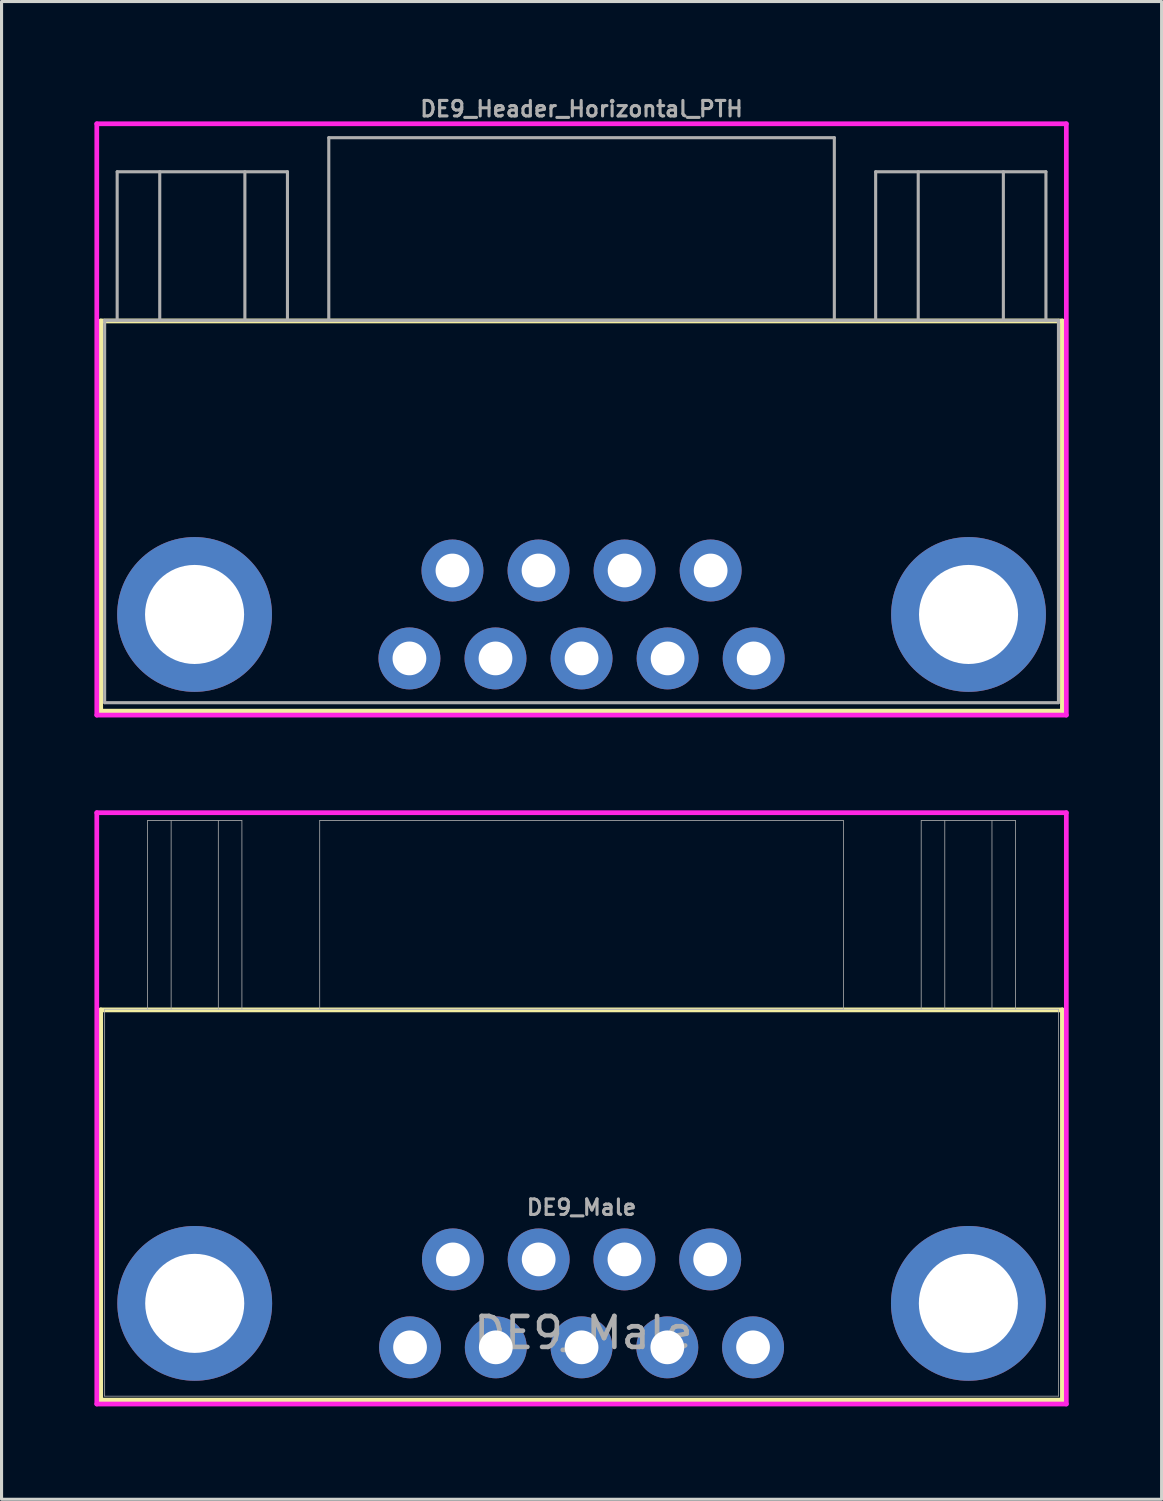
<source format=kicad_pcb>
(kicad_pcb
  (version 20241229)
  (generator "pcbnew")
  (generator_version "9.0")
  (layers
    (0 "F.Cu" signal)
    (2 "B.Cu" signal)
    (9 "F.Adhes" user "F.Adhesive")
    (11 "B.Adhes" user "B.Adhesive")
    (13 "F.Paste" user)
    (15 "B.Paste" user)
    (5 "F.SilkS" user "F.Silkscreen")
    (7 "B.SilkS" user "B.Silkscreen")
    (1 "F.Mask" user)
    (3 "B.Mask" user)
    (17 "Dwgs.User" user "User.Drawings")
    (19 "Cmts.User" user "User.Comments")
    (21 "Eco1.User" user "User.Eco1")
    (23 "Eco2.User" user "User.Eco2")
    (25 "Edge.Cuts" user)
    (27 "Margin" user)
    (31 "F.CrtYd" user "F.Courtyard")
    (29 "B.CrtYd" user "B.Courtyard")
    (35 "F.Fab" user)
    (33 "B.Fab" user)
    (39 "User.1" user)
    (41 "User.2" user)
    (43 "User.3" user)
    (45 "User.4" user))
  (footprint "DE9_Male"
    (layer "F.Cu")
    (at 15.794 40.502)
    (property "Reference" "DE9_Male" (at 0 -0.5 0) (unlocked yes) (layer "F.Fab") (effects (font (size 1 1) (thickness 0.15))))
    (attr through_hole)
    (fp_line (start -15.591 -10.931) (end -15.591 1.673) (stroke (width 0.152) (type solid)) (layer "F.SilkS"))
    (fp_line (start -15.591 1.673) (end 15.473 1.673) (stroke (width 0.152) (type solid)) (layer "F.SilkS"))
    (fp_line (start 15.473 -10.931) (end -15.591 -10.931) (stroke (width 0.152) (type solid)) (layer "F.SilkS"))
    (fp_line (start 15.473 1.673) (end 15.473 -10.931) (stroke (width 0.152) (type solid)) (layer "F.SilkS"))
    (fp_line (start -15.718 -17.301) (end -15.718 1.8) (stroke (width 0.152) (type solid)) (layer "F.CrtYd"))
    (fp_line (start -15.718 1.8) (end 15.6 1.8) (stroke (width 0.152) (type solid)) (layer "F.CrtYd"))
    (fp_line (start 15.6 -17.301) (end -15.718 -17.301) (stroke (width 0.152) (type solid)) (layer "F.CrtYd"))
    (fp_line (start 15.6 1.8) (end 15.6 -17.301) (stroke (width 0.152) (type solid)) (layer "F.CrtYd"))
    (fp_line (start -15.464 -10.951) (end -15.464 1.546) (stroke (width 0.025) (type solid)) (layer "F.Fab"))
    (fp_line (start -15.464 1.546) (end 15.346 1.546) (stroke (width 0.025) (type solid)) (layer "F.Fab"))
    (fp_line (start -14.078 -17.047) (end -11.03 -17.047) (stroke (width 0.025) (type solid)) (layer "F.Fab"))
    (fp_line (start -14.078 -10.951) (end -14.078 -17.047) (stroke (width 0.025) (type solid)) (layer "F.Fab"))
    (fp_line (start -13.316 -10.951) (end -13.316 -17.047) (stroke (width 0.025) (type solid)) (layer "F.Fab"))
    (fp_line (start -11.792 -17.047) (end -11.792 -10.951) (stroke (width 0.025) (type solid)) (layer "F.Fab"))
    (fp_line (start -11.03 -17.047) (end -11.03 -10.951) (stroke (width 0.025) (type solid)) (layer "F.Fab"))
    (fp_line (start -8.517 -17.047) (end -8.517 -10.951) (stroke (width 0.025) (type solid)) (layer "F.Fab"))
    (fp_line (start -8.517 -10.951) (end 8.399 -10.951) (stroke (width 0.025) (type solid)) (layer "F.Fab"))
    (fp_line (start 8.399 -17.047) (end -8.517 -17.047) (stroke (width 0.025) (type solid)) (layer "F.Fab"))
    (fp_line (start 8.399 -10.951) (end 8.399 -17.047) (stroke (width 0.025) (type solid)) (layer "F.Fab"))
    (fp_line (start 10.912 -17.047) (end 13.96 -17.047) (stroke (width 0.025) (type solid)) (layer "F.Fab"))
    (fp_line (start 10.912 -10.951) (end 10.912 -17.047) (stroke (width 0.025) (type solid)) (layer "F.Fab"))
    (fp_line (start 11.674 -10.951) (end 11.674 -17.047) (stroke (width 0.025) (type solid)) (layer "F.Fab"))
    (fp_line (start 13.198 -17.047) (end 13.198 -10.951) (stroke (width 0.025) (type solid)) (layer "F.Fab"))
    (fp_line (start 13.96 -17.047) (end 13.96 -10.951) (stroke (width 0.025) (type solid)) (layer "F.Fab"))
    (fp_line (start 15.346 -10.951) (end -15.464 -10.951) (stroke (width 0.025) (type solid)) (layer "F.Fab"))
    (fp_line (start 15.346 1.546) (end 15.346 -10.951) (stroke (width 0.025) (type solid)) (layer "F.Fab"))
    (fp_text user "${REFERENCE}" (at -0.059 -4.551 0) (unlocked yes) (layer "F.Fab") (effects (font (size 0.5 0.5) (thickness 0.1) (bold yes))))
    (pad "1" thru_hole circle (at -5.599 -0.031) (size 2 2) (drill 1.09) (layers "*.Cu" "*.Mask"))
    (pad "2" thru_hole circle (at -2.829 -0.031) (size 2 2) (drill 1.09) (layers "*.Cu" "*.Mask"))
    (pad "3" thru_hole circle (at -0.059 -0.031 90) (size 2 2) (drill 1.09) (layers "*.Cu" "*.Mask"))
    (pad "4" thru_hole circle (at 2.711 -0.031) (size 2 2) (drill 1.09) (layers "*.Cu" "*.Mask"))
    (pad "5" thru_hole circle (at 5.481 -0.031 90) (size 2 2) (drill 1.09) (layers "*.Cu" "*.Mask"))
    (pad "6" thru_hole circle (at -4.214 -2.871) (size 2 2) (drill 1.09) (layers "*.Cu" "*.Mask"))
    (pad "7" thru_hole circle (at -1.444 -2.871) (size 2 2) (drill 1.09) (layers "*.Cu" "*.Mask"))
    (pad "8" thru_hole circle (at 1.326 -2.871) (size 2 2) (drill 1.09) (layers "*.Cu" "*.Mask"))
    (pad "9" thru_hole circle (at 4.096 -2.871) (size 2 2) (drill 1.09) (layers "*.Cu" "*.Mask"))
    (pad "10" thru_hole circle (at -12.554 -1.451) (size 5 5) (drill 3.2) (layers "*.Cu" "*.Mask"))
    (pad "11" thru_hole circle (at 12.436 -1.451) (size 5 5) (drill 3.2) (layers "*.Cu" "*.Mask")))
  (footprint "DE9_Header_Horizontal_PTH"
    (layer "F.Cu")
    (at 15.735 18.218)
    (property "Reference" "DE9_Header_Horizontal_PTH" (at 0 -17.75 0) (unlocked yes) (layer "F.Fab") (effects (font (size 0.5 0.5) (thickness 0.1))))
    (attr through_hole)
    (fp_line (start -15.532 -10.9) (end -15.532 1.704) (stroke (width 0.152) (type solid)) (layer "F.SilkS"))
    (fp_line (start -15.532 1.704) (end 15.532 1.704) (stroke (width 0.152) (type solid)) (layer "F.SilkS"))
    (fp_line (start 15.532 -10.9) (end -15.532 -10.9) (stroke (width 0.152) (type solid)) (layer "F.SilkS"))
    (fp_line (start 15.532 1.704) (end 15.532 -10.9) (stroke (width 0.152) (type solid)) (layer "F.SilkS"))
    (fp_line (start -15.659 -17.27) (end -15.659 1.831) (stroke (width 0.152) (type solid)) (layer "F.CrtYd"))
    (fp_line (start -15.659 1.831) (end 15.659 1.831) (stroke (width 0.152) (type solid)) (layer "F.CrtYd"))
    (fp_line (start 15.659 -17.27) (end -15.659 -17.27) (stroke (width 0.152) (type solid)) (layer "F.CrtYd"))
    (fp_line (start 15.659 1.831) (end 15.659 -17.27) (stroke (width 0.152) (type solid)) (layer "F.CrtYd"))
    (fp_line (start -15.405 -10.92) (end 15.405 -10.92) (stroke (width 0.1) (type default)) (layer "F.Fab"))
    (fp_line (start -15.405 -10.92) (end -15.405 1.43) (stroke (width 0.1) (type solid)) (layer "F.Fab"))
    (fp_line (start -15.4 1.43) (end 15.4 1.43) (stroke (width 0.1) (type solid)) (layer "F.Fab"))
    (fp_line (start -15 -10.92) (end -15 -15.72) (stroke (width 0.1) (type solid)) (layer "F.Fab"))
    (fp_line (start -13.625 -10.92) (end -13.625 -15.72) (stroke (width 0.1) (type solid)) (layer "F.Fab"))
    (fp_line (start -10.875 -15.72) (end -10.875 -10.92) (stroke (width 0.1) (type solid)) (layer "F.Fab"))
    (fp_line (start -9.5 -15.72) (end -15 -15.72) (stroke (width 0.1) (type solid)) (layer "F.Fab"))
    (fp_line (start -9.5 -15.72) (end -9.5 -10.92) (stroke (width 0.1) (type solid)) (layer "F.Fab"))
    (fp_line (start -8.165 -16.82) (end -8.165 -10.92) (stroke (width 0.1) (type solid)) (layer "F.Fab"))
    (fp_line (start 8.165 -16.82) (end -8.165 -16.82) (stroke (width 0.1) (type solid)) (layer "F.Fab"))
    (fp_line (start 8.165 -10.92) (end 8.165 -16.82) (stroke (width 0.1) (type solid)) (layer "F.Fab"))
    (fp_line (start 9.5 -15.72) (end 15 -15.72) (stroke (width 0.1) (type solid)) (layer "F.Fab"))
    (fp_line (start 9.5 -10.92) (end 9.5 -15.72) (stroke (width 0.1) (type solid)) (layer "F.Fab"))
    (fp_line (start 10.875 -10.92) (end 10.875 -15.72) (stroke (width 0.1) (type solid)) (layer "F.Fab"))
    (fp_line (start 13.625 -15.72) (end 13.625 -10.92) (stroke (width 0.1) (type solid)) (layer "F.Fab"))
    (fp_line (start 15 -15.72) (end 15 -10.92) (stroke (width 0.1) (type solid)) (layer "F.Fab"))
    (fp_line (start 15.405 1.43) (end 15.405 -10.92) (stroke (width 0.1) (type solid)) (layer "F.Fab"))
    (pad "1" thru_hole circle (at -5.56 0) (size 2 2) (drill 1.09) (layers "*.Cu" "*.Mask"))
    (pad "2" thru_hole circle (at -2.78 0) (size 2 2) (drill 1.09) (layers "*.Cu" "*.Mask"))
    (pad "3" thru_hole circle (at 0 0 90) (size 2 2) (drill 1.09) (layers "*.Cu" "*.Mask"))
    (pad "4" thru_hole circle (at 2.78 0) (size 2 2) (drill 1.09) (layers "*.Cu" "*.Mask"))
    (pad "5" thru_hole circle (at 5.56 0 90) (size 2 2) (drill 1.09) (layers "*.Cu" "*.Mask"))
    (pad "6" thru_hole circle (at -4.17 -2.84) (size 2 2) (drill 1.09) (layers "*.Cu" "*.Mask"))
    (pad "7" thru_hole circle (at -1.39 -2.84) (size 2 2) (drill 1.09) (layers "*.Cu" "*.Mask"))
    (pad "8" thru_hole circle (at 1.39 -2.84) (size 2 2) (drill 1.09) (layers "*.Cu" "*.Mask"))
    (pad "9" thru_hole circle (at 4.17 -2.84) (size 2 2) (drill 1.09) (layers "*.Cu" "*.Mask"))
    (pad "10" thru_hole circle (at -12.5 -1.42) (size 5 5) (drill 3.2) (layers "*.Cu" "*.Mask"))
    (pad "11" thru_hole circle (at 12.5 -1.42) (size 5 5) (drill 3.2) (layers "*.Cu" "*.Mask")))
  (gr_rect
    (start -3 -3)
    (end 34.471 45.378)
    (stroke (width 0.1) (type default))
    (fill no)
    (layer "Edge.Cuts")))
</source>
